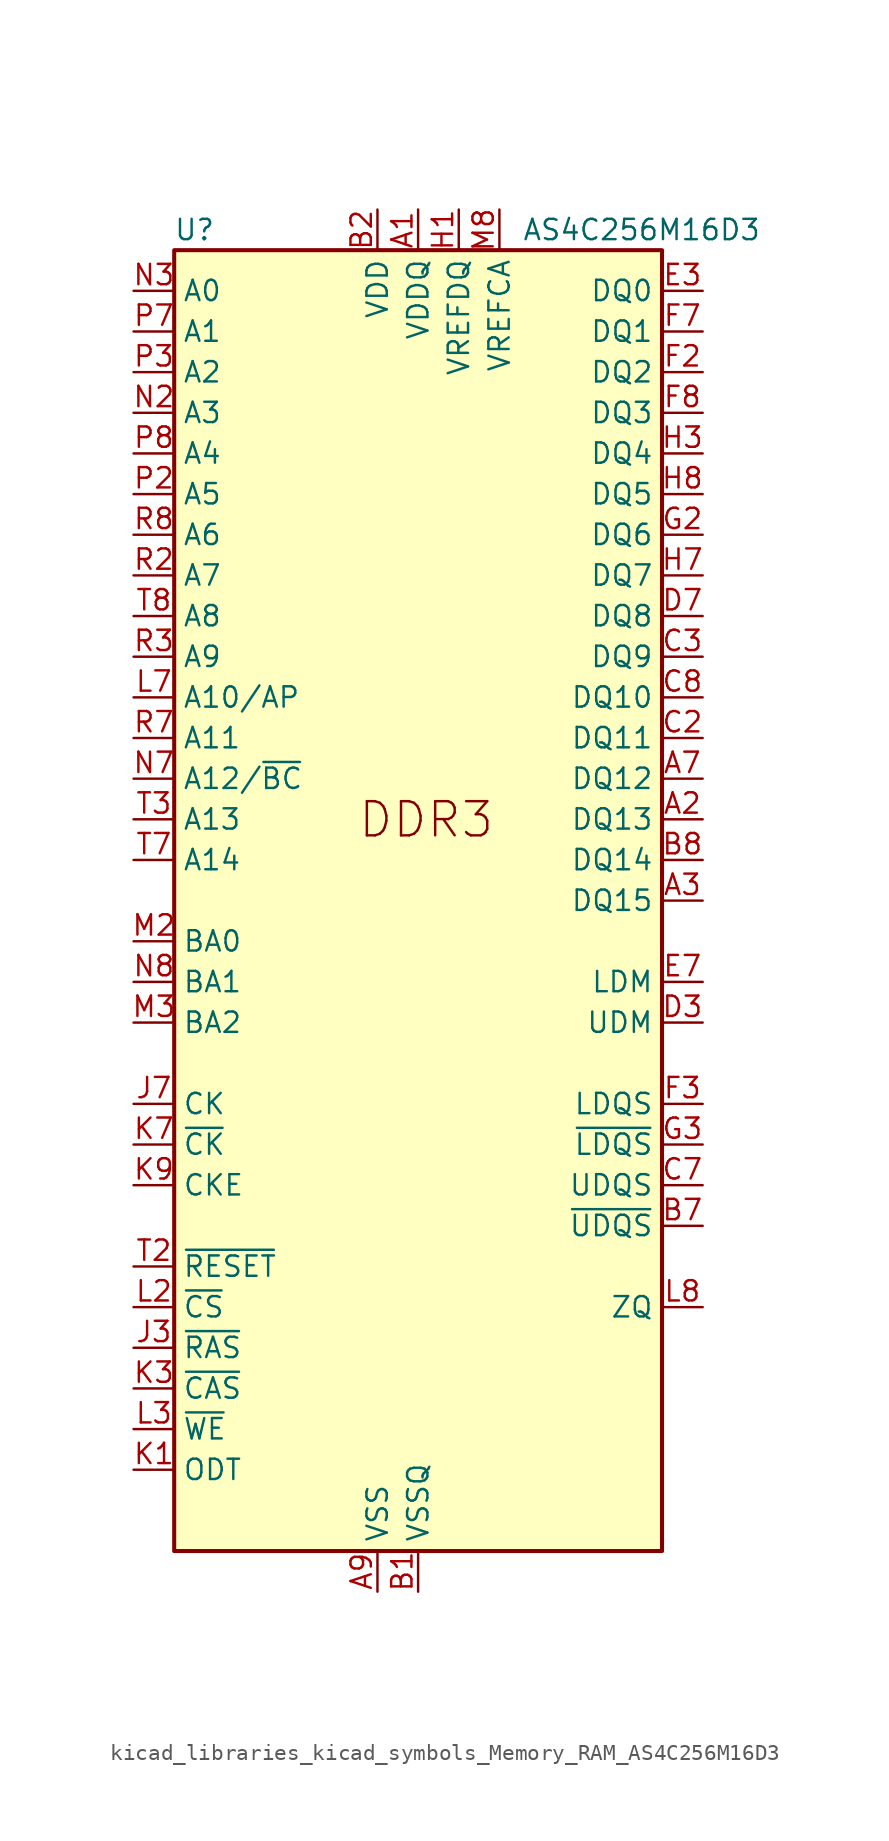
<source format=kicad_sym>
(kicad_symbol_lib
  (version 20220914)
  (generator kicad_symbol_editor)
  (symbol "kicad_libraries_kicad_symbols_Memory_RAM_AS4C256M16D3"
    (property "Reference" "U"
      (at -13.97 41.91 0)
      (effects (font (size 1.27 1.27))))
    (property "Value" "AS4C256M16D3"
      (at 13.97 41.91 0)
      (effects (font (size 1.27 1.27))))
    (symbol "kicad_libraries_kicad_symbols_Memory_RAM_AS4C256M16D3_0_1"
      (rectangle (start -15.24 -40.64) (end 15.24 40.64) (stroke (width 0.254) (type default)) (fill (type background)))
      (pin power_in line (at 0 43.18 270) (length 2.54) (name "VDDQ" (effects (font (size 1.27 1.27)))) (number "A1" (effects (font (size 1.27 1.27)))))
      (pin passive line (at 0 43.18 270) (length 2.54) hide (name "VDDQ" (effects (font (size 1.27 1.27)))) (number "A8" (effects (font (size 1.27 1.27)))))
      (pin power_in line (at -2.54 -43.18 90) (length 2.54) (name "VSS" (effects (font (size 1.27 1.27)))) (number "A9" (effects (font (size 1.27 1.27)))))
      (pin power_in line (at 0 -43.18 90) (length 2.54) (name "VSSQ" (effects (font (size 1.27 1.27)))) (number "B1" (effects (font (size 1.27 1.27)))))
      (pin power_in line (at -2.54 43.18 270) (length 2.54) (name "VDD" (effects (font (size 1.27 1.27)))) (number "B2" (effects (font (size 1.27 1.27)))))
      (pin passive line (at -2.54 -43.18 90) (length 2.54) hide (name "VSS" (effects (font (size 1.27 1.27)))) (number "B3" (effects (font (size 1.27 1.27)))))
      (pin passive line (at 0 -43.18 90) (length 2.54) hide (name "VSSQ" (effects (font (size 1.27 1.27)))) (number "B9" (effects (font (size 1.27 1.27)))))
      (pin passive line (at 0 43.18 270) (length 2.54) hide (name "VDDQ" (effects (font (size 1.27 1.27)))) (number "C1" (effects (font (size 1.27 1.27)))))
      (pin passive line (at 0 43.18 270) (length 2.54) hide (name "VDDQ" (effects (font (size 1.27 1.27)))) (number "C9" (effects (font (size 1.27 1.27)))))
      (pin passive line (at 0 -43.18 90) (length 2.54) hide (name "VSSQ" (effects (font (size 1.27 1.27)))) (number "D1" (effects (font (size 1.27 1.27)))))
      (pin passive line (at 0 43.18 270) (length 2.54) hide (name "VDDQ" (effects (font (size 1.27 1.27)))) (number "D2" (effects (font (size 1.27 1.27)))))
      (pin passive line (at 0 -43.18 90) (length 2.54) hide (name "VSSQ" (effects (font (size 1.27 1.27)))) (number "D8" (effects (font (size 1.27 1.27)))))
      (pin passive line (at -2.54 43.18 270) (length 2.54) hide (name "VDD" (effects (font (size 1.27 1.27)))) (number "D9" (effects (font (size 1.27 1.27)))))
      (pin passive line (at -2.54 -43.18 90) (length 2.54) hide (name "VSS" (effects (font (size 1.27 1.27)))) (number "E1" (effects (font (size 1.27 1.27)))))
      (pin passive line (at 0 -43.18 90) (length 2.54) hide (name "VSSQ" (effects (font (size 1.27 1.27)))) (number "E2" (effects (font (size 1.27 1.27)))))
      (pin bidirectional line (at 17.78 38.1 180) (length 2.54) (name "DQ0" (effects (font (size 1.27 1.27)))) (number "E3" (effects (font (size 1.27 1.27)))))
      (pin passive line (at 0 -43.18 90) (length 2.54) hide (name "VSSQ" (effects (font (size 1.27 1.27)))) (number "E8" (effects (font (size 1.27 1.27)))))
      (pin passive line (at 0 43.18 270) (length 2.54) hide (name "VDDQ" (effects (font (size 1.27 1.27)))) (number "E9" (effects (font (size 1.27 1.27)))))
      (pin passive line (at 0 43.18 270) (length 2.54) hide (name "VDDQ" (effects (font (size 1.27 1.27)))) (number "F1" (effects (font (size 1.27 1.27)))))
      (pin bidirectional line (at 17.78 33.02 180) (length 2.54) (name "DQ2" (effects (font (size 1.27 1.27)))) (number "F2" (effects (font (size 1.27 1.27)))))
      (pin bidirectional line (at 17.78 35.56 180) (length 2.54) (name "DQ1" (effects (font (size 1.27 1.27)))) (number "F7" (effects (font (size 1.27 1.27)))))
      (pin bidirectional line (at 17.78 30.48 180) (length 2.54) (name "DQ3" (effects (font (size 1.27 1.27)))) (number "F8" (effects (font (size 1.27 1.27)))))
      (pin passive line (at 0 -43.18 90) (length 2.54) hide (name "VSSQ" (effects (font (size 1.27 1.27)))) (number "F9" (effects (font (size 1.27 1.27)))))
      (pin passive line (at 0 -43.18 90) (length 2.54) hide (name "VSSQ" (effects (font (size 1.27 1.27)))) (number "G1" (effects (font (size 1.27 1.27)))))
      (pin bidirectional line (at 17.78 22.86 180) (length 2.54) (name "DQ6" (effects (font (size 1.27 1.27)))) (number "G2" (effects (font (size 1.27 1.27)))))
      (pin passive line (at -2.54 43.18 270) (length 2.54) hide (name "VDD" (effects (font (size 1.27 1.27)))) (number "G7" (effects (font (size 1.27 1.27)))))
      (pin passive line (at -2.54 -43.18 90) (length 2.54) hide (name "VSS" (effects (font (size 1.27 1.27)))) (number "G8" (effects (font (size 1.27 1.27)))))
      (pin passive line (at 0 -43.18 90) (length 2.54) hide (name "VSSQ" (effects (font (size 1.27 1.27)))) (number "G9" (effects (font (size 1.27 1.27)))))
      (pin power_in line (at 2.54 43.18 270) (length 2.54) (name "VREFDQ" (effects (font (size 1.27 1.27)))) (number "H1" (effects (font (size 1.27 1.27)))))
      (pin passive line (at 0 43.18 270) (length 2.54) hide (name "VDDQ" (effects (font (size 1.27 1.27)))) (number "H2" (effects (font (size 1.27 1.27)))))
      (pin bidirectional line (at 17.78 27.94 180) (length 2.54) (name "DQ4" (effects (font (size 1.27 1.27)))) (number "H3" (effects (font (size 1.27 1.27)))))
      (pin bidirectional line (at 17.78 20.32 180) (length 2.54) (name "DQ7" (effects (font (size 1.27 1.27)))) (number "H7" (effects (font (size 1.27 1.27)))))
      (pin bidirectional line (at 17.78 25.4 180) (length 2.54) (name "DQ5" (effects (font (size 1.27 1.27)))) (number "H8" (effects (font (size 1.27 1.27)))))
      (pin passive line (at 0 43.18 270) (length 2.54) hide (name "VDDQ" (effects (font (size 1.27 1.27)))) (number "H9" (effects (font (size 1.27 1.27)))))
      (pin passive line (at -2.54 -43.18 90) (length 2.54) hide (name "VSS" (effects (font (size 1.27 1.27)))) (number "J2" (effects (font (size 1.27 1.27)))))
      (pin passive line (at -2.54 -43.18 90) (length 2.54) hide (name "VSS" (effects (font (size 1.27 1.27)))) (number "J8" (effects (font (size 1.27 1.27)))))
      (pin passive line (at -2.54 43.18 270) (length 2.54) hide (name "VDD" (effects (font (size 1.27 1.27)))) (number "K2" (effects (font (size 1.27 1.27)))))
      (pin passive line (at -2.54 43.18 270) (length 2.54) hide (name "VDD" (effects (font (size 1.27 1.27)))) (number "K8" (effects (font (size 1.27 1.27)))))
      (pin input line (at -17.78 -25.4 0) (length 2.54) (name "~{CS}" (effects (font (size 1.27 1.27)))) (number "L2" (effects (font (size 1.27 1.27)))))
      (pin input line (at -17.78 12.7 0) (length 2.54) (name "A10/AP" (effects (font (size 1.27 1.27)))) (number "L7" (effects (font (size 1.27 1.27)))))
      (pin passive line (at -2.54 -43.18 90) (length 2.54) hide (name "VSS" (effects (font (size 1.27 1.27)))) (number "M1" (effects (font (size 1.27 1.27)))))
      (pin passive line (at -2.54 -43.18 90) (length 2.54) hide (name "VSS" (effects (font (size 1.27 1.27)))) (number "M9" (effects (font (size 1.27 1.27)))))
      (pin passive line (at -2.54 43.18 270) (length 2.54) hide (name "VDD" (effects (font (size 1.27 1.27)))) (number "N1" (effects (font (size 1.27 1.27)))))
      (pin input line (at -17.78 30.48 0) (length 2.54) (name "A3" (effects (font (size 1.27 1.27)))) (number "N2" (effects (font (size 1.27 1.27)))))
      (pin input line (at -17.78 38.1 0) (length 2.54) (name "A0" (effects (font (size 1.27 1.27)))) (number "N3" (effects (font (size 1.27 1.27)))))
      (pin input line (at -17.78 7.62 0) (length 2.54) (name "A12/~{BC}" (effects (font (size 1.27 1.27)))) (number "N7" (effects (font (size 1.27 1.27)))))
      (pin passive line (at -2.54 43.18 270) (length 2.54) hide (name "VDD" (effects (font (size 1.27 1.27)))) (number "N9" (effects (font (size 1.27 1.27)))))
      (pin passive line (at -2.54 -43.18 90) (length 2.54) hide (name "VSS" (effects (font (size 1.27 1.27)))) (number "P1" (effects (font (size 1.27 1.27)))))
      (pin input line (at -17.78 25.4 0) (length 2.54) (name "A5" (effects (font (size 1.27 1.27)))) (number "P2" (effects (font (size 1.27 1.27)))))
      (pin input line (at -17.78 33.02 0) (length 2.54) (name "A2" (effects (font (size 1.27 1.27)))) (number "P3" (effects (font (size 1.27 1.27)))))
      (pin input line (at -17.78 35.56 0) (length 2.54) (name "A1" (effects (font (size 1.27 1.27)))) (number "P7" (effects (font (size 1.27 1.27)))))
      (pin input line (at -17.78 27.94 0) (length 2.54) (name "A4" (effects (font (size 1.27 1.27)))) (number "P8" (effects (font (size 1.27 1.27)))))
      (pin passive line (at -2.54 -43.18 90) (length 2.54) hide (name "VSS" (effects (font (size 1.27 1.27)))) (number "P9" (effects (font (size 1.27 1.27)))))
      (pin passive line (at -2.54 43.18 270) (length 2.54) hide (name "VDD" (effects (font (size 1.27 1.27)))) (number "R1" (effects (font (size 1.27 1.27)))))
      (pin input line (at -17.78 20.32 0) (length 2.54) (name "A7" (effects (font (size 1.27 1.27)))) (number "R2" (effects (font (size 1.27 1.27)))))
      (pin input line (at -17.78 15.24 0) (length 2.54) (name "A9" (effects (font (size 1.27 1.27)))) (number "R3" (effects (font (size 1.27 1.27)))))
      (pin input line (at -17.78 10.16 0) (length 2.54) (name "A11" (effects (font (size 1.27 1.27)))) (number "R7" (effects (font (size 1.27 1.27)))))
      (pin input line (at -17.78 22.86 0) (length 2.54) (name "A6" (effects (font (size 1.27 1.27)))) (number "R8" (effects (font (size 1.27 1.27)))))
      (pin passive line (at -2.54 43.18 270) (length 2.54) hide (name "VDD" (effects (font (size 1.27 1.27)))) (number "R9" (effects (font (size 1.27 1.27)))))
      (pin passive line (at -2.54 -43.18 90) (length 2.54) hide (name "VSS" (effects (font (size 1.27 1.27)))) (number "T1" (effects (font (size 1.27 1.27)))))
      (pin input line (at -17.78 -22.86 0) (length 2.54) (name "~{RESET}" (effects (font (size 1.27 1.27)))) (number "T2" (effects (font (size 1.27 1.27)))))
      (pin input line (at -17.78 5.08 0) (length 2.54) (name "A13" (effects (font (size 1.27 1.27)))) (number "T3" (effects (font (size 1.27 1.27)))))
      (pin input line (at -17.78 2.54 0) (length 2.54) (name "A14" (effects (font (size 1.27 1.27)))) (number "T7" (effects (font (size 1.27 1.27)))))
      (pin input line (at -17.78 17.78 0) (length 2.54) (name "A8" (effects (font (size 1.27 1.27)))) (number "T8" (effects (font (size 1.27 1.27)))))
      (pin passive line (at -2.54 -43.18 90) (length 2.54) hide (name "VSS" (effects (font (size 1.27 1.27)))) (number "T9" (effects (font (size 1.27 1.27))))))
    (symbol "kicad_libraries_kicad_symbols_Memory_RAM_AS4C256M16D3_1_1"
      (text "DDR3" (at -3.81 3.81 0) (effects (font (size 2.134 2.134)) (justify left bottom)))
      (pin bidirectional line (at 17.78 5.08 180) (length 2.54) (name "DQ13" (effects (font (size 1.27 1.27)))) (number "A2" (effects (font (size 1.27 1.27)))))
      (pin bidirectional line (at 17.78 0 180) (length 2.54) (name "DQ15" (effects (font (size 1.27 1.27)))) (number "A3" (effects (font (size 1.27 1.27)))))
      (pin bidirectional line (at 17.78 7.62 180) (length 2.54) (name "DQ12" (effects (font (size 1.27 1.27)))) (number "A7" (effects (font (size 1.27 1.27)))))
      (pin bidirectional line (at 17.78 -20.32 180) (length 2.54) (name "~{UDQS}" (effects (font (size 1.27 1.27)))) (number "B7" (effects (font (size 1.27 1.27)))))
      (pin bidirectional line (at 17.78 2.54 180) (length 2.54) (name "DQ14" (effects (font (size 1.27 1.27)))) (number "B8" (effects (font (size 1.27 1.27)))))
      (pin bidirectional line (at 17.78 10.16 180) (length 2.54) (name "DQ11" (effects (font (size 1.27 1.27)))) (number "C2" (effects (font (size 1.27 1.27)))))
      (pin bidirectional line (at 17.78 15.24 180) (length 2.54) (name "DQ9" (effects (font (size 1.27 1.27)))) (number "C3" (effects (font (size 1.27 1.27)))))
      (pin bidirectional line (at 17.78 -17.78 180) (length 2.54) (name "UDQS" (effects (font (size 1.27 1.27)))) (number "C7" (effects (font (size 1.27 1.27)))))
      (pin bidirectional line (at 17.78 12.7 180) (length 2.54) (name "DQ10" (effects (font (size 1.27 1.27)))) (number "C8" (effects (font (size 1.27 1.27)))))
      (pin input line (at 17.78 -7.62 180) (length 2.54) (name "UDM" (effects (font (size 1.27 1.27)))) (number "D3" (effects (font (size 1.27 1.27)))))
      (pin bidirectional line (at 17.78 17.78 180) (length 2.54) (name "DQ8" (effects (font (size 1.27 1.27)))) (number "D7" (effects (font (size 1.27 1.27)))))
      (pin input line (at 17.78 -5.08 180) (length 2.54) (name "LDM" (effects (font (size 1.27 1.27)))) (number "E7" (effects (font (size 1.27 1.27)))))
      (pin bidirectional line (at 17.78 -12.7 180) (length 2.54) (name "LDQS" (effects (font (size 1.27 1.27)))) (number "F3" (effects (font (size 1.27 1.27)))))
      (pin bidirectional line (at 17.78 -15.24 180) (length 2.54) (name "~{LDQS}" (effects (font (size 1.27 1.27)))) (number "G3" (effects (font (size 1.27 1.27)))))
      (pin no_connect line (at 15.24 -27.94 180) (length 2.54) hide (name "NC" (effects (font (size 1.27 1.27)))) (number "J1" (effects (font (size 1.27 1.27)))))
      (pin input line (at -17.78 -27.94 0) (length 2.54) (name "~{RAS}" (effects (font (size 1.27 1.27)))) (number "J3" (effects (font (size 1.27 1.27)))))
      (pin input line (at -17.78 -12.7 0) (length 2.54) (name "CK" (effects (font (size 1.27 1.27)))) (number "J7" (effects (font (size 1.27 1.27)))))
      (pin no_connect line (at 15.24 -30.48 180) (length 2.54) hide (name "NC" (effects (font (size 1.27 1.27)))) (number "J9" (effects (font (size 1.27 1.27)))))
      (pin input line (at -17.78 -35.56 0) (length 2.54) (name "ODT" (effects (font (size 1.27 1.27)))) (number "K1" (effects (font (size 1.27 1.27)))))
      (pin input line (at -17.78 -30.48 0) (length 2.54) (name "~{CAS}" (effects (font (size 1.27 1.27)))) (number "K3" (effects (font (size 1.27 1.27)))))
      (pin input line (at -17.78 -15.24 0) (length 2.54) (name "~{CK}" (effects (font (size 1.27 1.27)))) (number "K7" (effects (font (size 1.27 1.27)))))
      (pin input line (at -17.78 -17.78 0) (length 2.54) (name "CKE" (effects (font (size 1.27 1.27)))) (number "K9" (effects (font (size 1.27 1.27)))))
      (pin no_connect line (at 15.24 -33.02 180) (length 2.54) hide (name "NC" (effects (font (size 1.27 1.27)))) (number "L1" (effects (font (size 1.27 1.27)))))
      (pin input line (at -17.78 -33.02 0) (length 2.54) (name "~{WE}" (effects (font (size 1.27 1.27)))) (number "L3" (effects (font (size 1.27 1.27)))))
      (pin input line (at 17.78 -25.4 180) (length 2.54) (name "ZQ" (effects (font (size 1.27 1.27)))) (number "L8" (effects (font (size 1.27 1.27)))))
      (pin no_connect line (at 15.24 -35.56 180) (length 2.54) hide (name "NC" (effects (font (size 1.27 1.27)))) (number "L9" (effects (font (size 1.27 1.27)))))
      (pin input line (at -17.78 -2.54 0) (length 2.54) (name "BA0" (effects (font (size 1.27 1.27)))) (number "M2" (effects (font (size 1.27 1.27)))))
      (pin input line (at -17.78 -7.62 0) (length 2.54) (name "BA2" (effects (font (size 1.27 1.27)))) (number "M3" (effects (font (size 1.27 1.27)))))
      (pin no_connect line (at 15.24 -38.1 180) (length 2.54) hide (name "NC" (effects (font (size 1.27 1.27)))) (number "M7" (effects (font (size 1.27 1.27)))))
      (pin power_in line (at 5.08 43.18 270) (length 2.54) (name "VREFCA" (effects (font (size 1.27 1.27)))) (number "M8" (effects (font (size 1.27 1.27)))))
      (pin input line (at -17.78 -5.08 0) (length 2.54) (name "BA1" (effects (font (size 1.27 1.27)))) (number "N8" (effects (font (size 1.27 1.27))))))))
</source>
